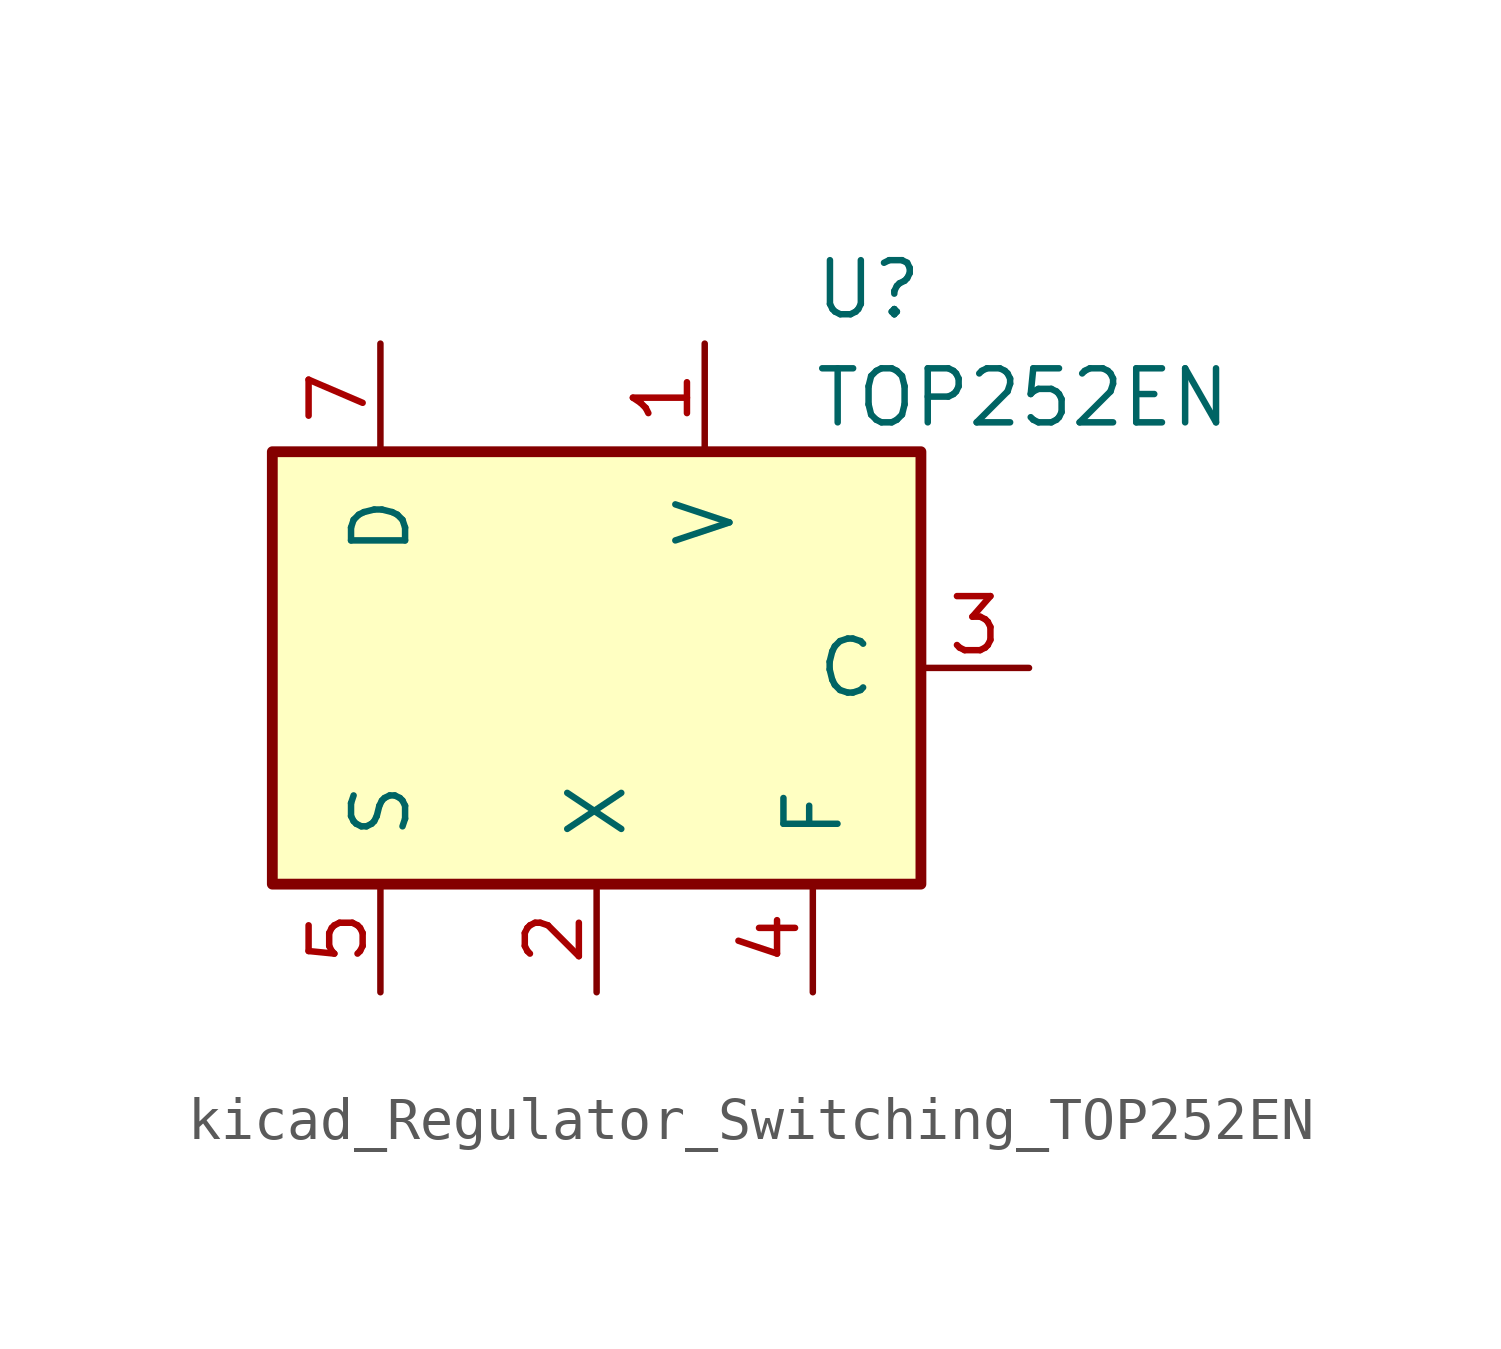
<source format=kicad_sym>
(kicad_symbol_lib
  (version 20220914)
  (generator kicad_symbol_editor)
  (symbol "kicad_Regulator_Switching_TOP252EN"
    (pin_names
      (offset 1.016))
    (property "Reference" "U"
      (at 5.08 8.89 0)
      (effects (font (size 1.27 1.27)) (justify left)))
    (property "Value" "TOP252EN"
      (at 5.08 6.35 0)
      (effects (font (size 1.27 1.27)) (justify left)))
    (symbol "kicad_Regulator_Switching_TOP252EN_0_1"
      (rectangle (start -7.62 5.08) (end 7.62 -5.08) (stroke (width 0.254) (type default)) (fill (type background))))
    (symbol "kicad_Regulator_Switching_TOP252EN_1_1"
      (pin input line (at 2.54 7.62 270) (length 2.54) (name "V" (effects (font (size 1.27 1.27)))) (number "1" (effects (font (size 1.27 1.27)))))
      (pin input line (at 0 -7.62 90) (length 2.54) (name "X" (effects (font (size 1.27 1.27)))) (number "2" (effects (font (size 1.27 1.27)))))
      (pin input line (at 10.16 0 180) (length 2.54) (name "C" (effects (font (size 1.27 1.27)))) (number "3" (effects (font (size 1.27 1.27)))))
      (pin passive line (at 5.08 -7.62 90) (length 2.54) (name "F" (effects (font (size 1.27 1.27)))) (number "4" (effects (font (size 1.27 1.27)))))
      (pin power_in line (at -5.08 -7.62 90) (length 2.54) (name "S" (effects (font (size 1.27 1.27)))) (number "5" (effects (font (size 1.27 1.27)))))
      (pin open_collector line (at -5.08 7.62 270) (length 2.54) (name "D" (effects (font (size 1.27 1.27)))) (number "7" (effects (font (size 1.27 1.27))))))))
</source>
